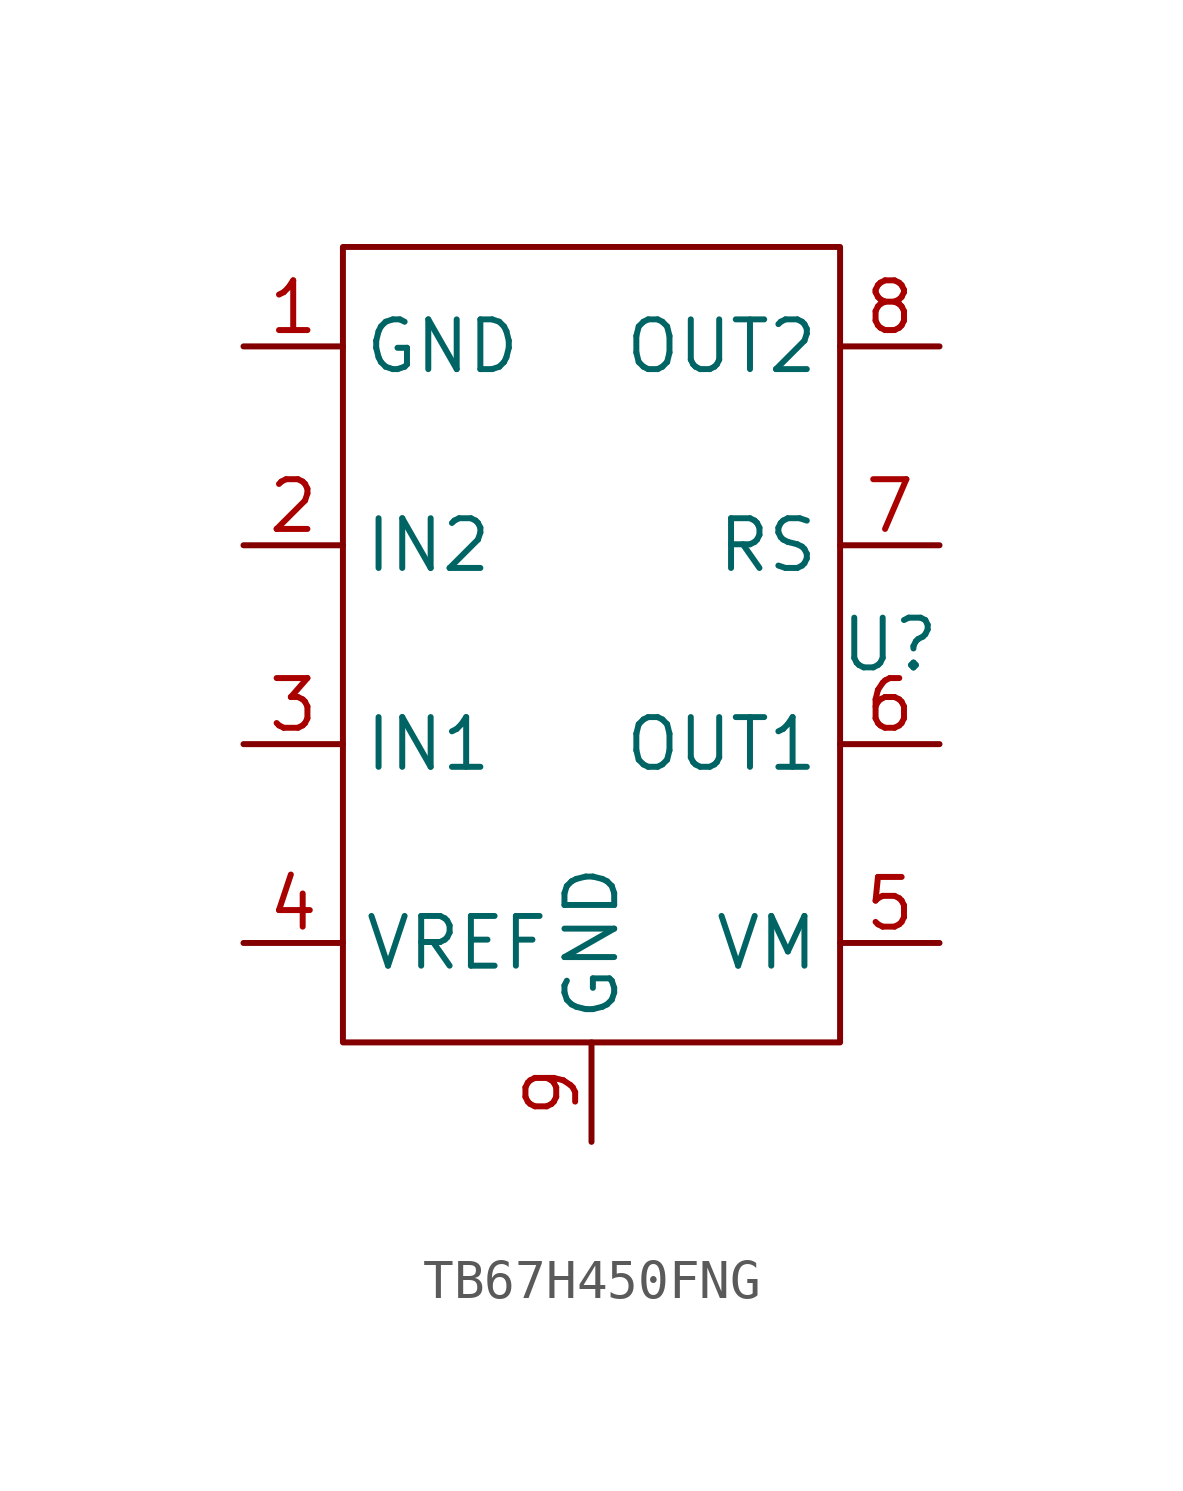
<source format=kicad_sym>
(kicad_symbol_lib
  (version 20241209)
  (generator "kicad_symbol_editor")
  (generator_version "9.0")
  (symbol "TB67H450FNG"
    (property "Reference" "U"
      (at 7.62 0 0)
      (effects (font (size 1.27 1.27))))
    (property "Value" ""
      (at 0 0 0)
      (effects (font (size 1.27 1.27))))
    (symbol "TB67H450FNG_0_1"
      (rectangle (start -6.35 10.16) (end 6.35 -10.16) (stroke (width 0) (type default)) (fill (type none))))
    (symbol "TB67H450FNG_1_1"
      (pin power_in line (at -8.89 7.62 0) (length 2.54) (name "GND" (effects (font (size 1.27 1.27)))) (number "1" (effects (font (size 1.27 1.27)))))
      (pin input line (at -8.89 2.54 0) (length 2.54) (name "IN2" (effects (font (size 1.27 1.27)))) (number "2" (effects (font (size 1.27 1.27)))))
      (pin input line (at -8.89 -2.54 0) (length 2.54) (name "IN1" (effects (font (size 1.27 1.27)))) (number "3" (effects (font (size 1.27 1.27)))))
      (pin input line (at -8.89 -7.62 0) (length 2.54) (name "VREF" (effects (font (size 1.27 1.27)))) (number "4" (effects (font (size 1.27 1.27)))))
      (pin power_in line (at 0 -12.7 90) (length 2.54) (name "GND" (effects (font (size 1.27 1.27)))) (number "9" (effects (font (size 1.27 1.27)))))
      (pin output line (at 8.89 7.62 180) (length 2.54) (name "OUT2" (effects (font (size 1.27 1.27)))) (number "8" (effects (font (size 1.27 1.27)))))
      (pin passive line (at 8.89 2.54 180) (length 2.54) (name "RS" (effects (font (size 1.27 1.27)))) (number "7" (effects (font (size 1.27 1.27)))))
      (pin output line (at 8.89 -2.54 180) (length 2.54) (name "OUT1" (effects (font (size 1.27 1.27)))) (number "6" (effects (font (size 1.27 1.27)))))
      (pin power_in line (at 8.89 -7.62 180) (length 2.54) (name "VM" (effects (font (size 1.27 1.27)))) (number "5" (effects (font (size 1.27 1.27))))))))
</source>
